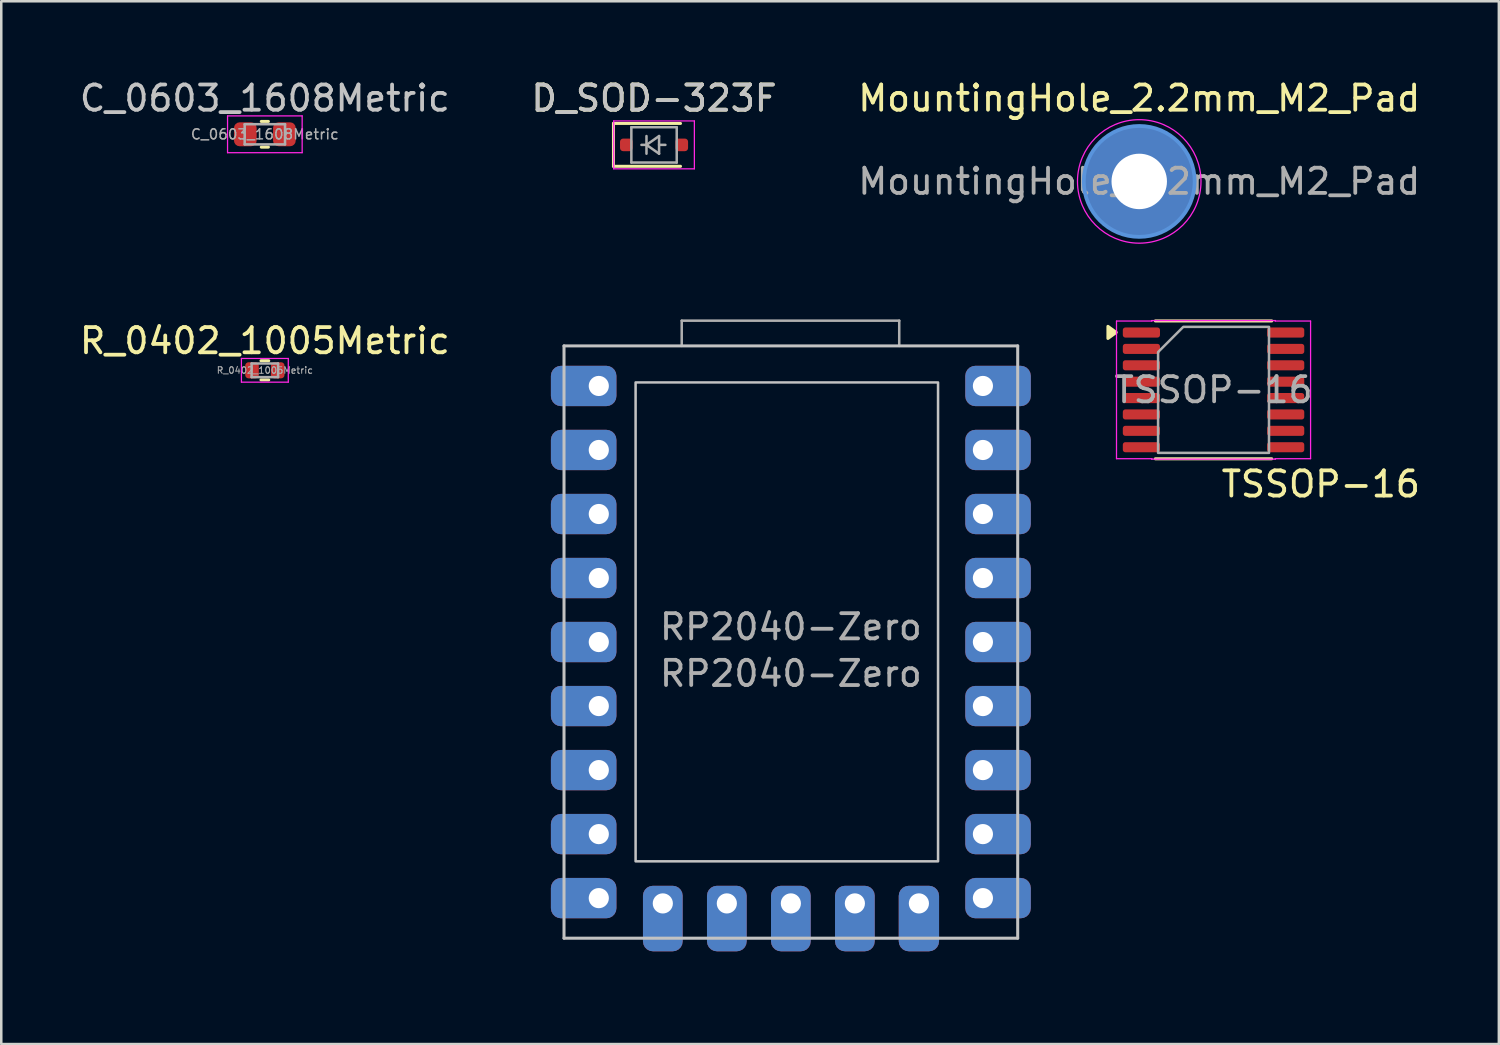
<source format=kicad_pcb>
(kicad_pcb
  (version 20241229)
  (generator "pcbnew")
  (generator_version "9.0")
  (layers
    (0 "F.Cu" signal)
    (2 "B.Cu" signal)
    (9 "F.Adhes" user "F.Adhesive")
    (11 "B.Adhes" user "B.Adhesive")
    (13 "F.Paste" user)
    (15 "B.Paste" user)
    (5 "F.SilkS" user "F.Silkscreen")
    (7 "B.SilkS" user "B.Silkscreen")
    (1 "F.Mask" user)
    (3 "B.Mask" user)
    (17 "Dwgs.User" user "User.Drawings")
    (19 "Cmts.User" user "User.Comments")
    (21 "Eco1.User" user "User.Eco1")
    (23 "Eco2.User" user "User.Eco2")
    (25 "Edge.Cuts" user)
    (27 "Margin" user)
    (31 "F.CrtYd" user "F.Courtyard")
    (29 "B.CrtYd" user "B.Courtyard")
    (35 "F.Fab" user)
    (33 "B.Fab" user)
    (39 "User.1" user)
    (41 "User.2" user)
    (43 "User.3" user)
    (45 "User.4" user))
  (footprint "MountingHole_2.2mm_M2_Pad"
    (layer "F.Cu")
    (at 42.149 4.148)
    (property "Reference" "MountingHole_2.2mm_M2_Pad" (at 0 -3.3 4.999998282e-08) (layer "F.SilkS") (effects (font (size 1 1) (thickness 0.15))))
    (attr exclude_from_pos_files exclude_from_bom)
    (fp_circle (center 0 0) (end 2.2 0) (stroke (width 0.15) (type solid)) (fill no) (layer "Cmts.User"))
    (fp_circle (center 0 0) (end 2.45 0) (stroke (width 0.05) (type solid)) (fill no) (layer "F.CrtYd"))
    (fp_text user "${REFERENCE}" (at 0 0 4.999998282e-08) (layer "F.Fab") (effects (font (size 1 1) (thickness 0.15))))
    (pad "1" thru_hole circle (at 0 0 4.999998282e-08) (size 4.4 4.4) (drill 2.2) (layers "*.Cu" "*.Mask")))
  (footprint "C_0603_1608Metric"
    (layer "F.Cu")
    (at 7.458 2.278)
    (property "Reference" "C_0603_1608Metric" (at 0.000001 -1.43 0) (layer "Dwgs.User") (effects (font (size 1 1) (thickness 0.15))))
    (attr smd)
    (fp_line (start -0.141 -0.51) (end 0.141 -0.51) (stroke (width 0.12) (type solid)) (layer "F.SilkS"))
    (fp_line (start -0.141 0.51) (end 0.141 0.51) (stroke (width 0.12) (type solid)) (layer "F.SilkS"))
    (fp_line (start -1.48 -0.73) (end 1.48 -0.73) (stroke (width 0.05) (type solid)) (layer "F.CrtYd"))
    (fp_line (start -1.48 0.73) (end -1.48 -0.73) (stroke (width 0.05) (type solid)) (layer "F.CrtYd"))
    (fp_line (start 1.48 -0.73) (end 1.48 0.73) (stroke (width 0.05) (type solid)) (layer "F.CrtYd"))
    (fp_line (start 1.48 0.73) (end -1.48 0.73) (stroke (width 0.05) (type solid)) (layer "F.CrtYd"))
    (fp_line (start -0.8 -0.4) (end 0.8 -0.4) (stroke (width 0.1) (type solid)) (layer "F.Fab"))
    (fp_line (start -0.8 0.4) (end -0.8 -0.4) (stroke (width 0.1) (type solid)) (layer "F.Fab"))
    (fp_line (start 0.8 -0.4) (end 0.8 0.4) (stroke (width 0.1) (type solid)) (layer "F.Fab"))
    (fp_line (start 0.8 0.4) (end -0.8 0.4) (stroke (width 0.1) (type solid)) (layer "F.Fab"))
    (fp_text user "${REFERENCE}" (at 0 0 0) (layer "F.Fab") (effects (font (size 0.4 0.4) (thickness 0.06))))
    (pad "1" smd roundrect (at -0.775 0) (size 0.9 0.95) (layers "F.Cu" "F.Mask" "F.Paste") (roundrect_rratio 0.25))
    (pad "2" smd roundrect (at 0.775 0) (size 0.9 0.95) (layers "F.Cu" "F.Mask" "F.Paste") (roundrect_rratio 0.25)))
  (footprint "TSSOP-16"
    (layer "F.Cu")
    (at 45.097 12.418)
    (property "Reference" "TSSOP-16" (at 4.255 3.738 180) (layer "F.SilkS") (effects (font (size 1 1) (thickness 0.15))))
    (attr smd)
    (fp_line (start -2.31 -2.735) (end 2.31 -2.735) (stroke (width 0.12) (type solid)) (layer "F.SilkS"))
    (fp_line (start 2.31 2.735) (end -2.31 2.735) (stroke (width 0.12) (type solid)) (layer "F.SilkS"))
    (fp_poly (pts (xy -3.86 -2.28) (xy -4.19 -2.04) (xy -4.19 -2.52)) (stroke (width 0.12) (type solid)) (fill yes) (layer "F.SilkS"))
    (fp_line (start -3.85 -2.73) (end -2.45 -2.73) (stroke (width 0.05) (type solid)) (layer "F.CrtYd"))
    (fp_line (start -3.85 2.73) (end -3.85 -2.73) (stroke (width 0.05) (type solid)) (layer "F.CrtYd"))
    (fp_line (start -2.45 -2.75) (end 2.45 -2.75) (stroke (width 0.05) (type solid)) (layer "F.CrtYd"))
    (fp_line (start -2.45 -2.73) (end -2.45 -2.75) (stroke (width 0.05) (type solid)) (layer "F.CrtYd"))
    (fp_line (start -2.45 2.73) (end -3.85 2.73) (stroke (width 0.05) (type solid)) (layer "F.CrtYd"))
    (fp_line (start -2.45 2.75) (end -2.45 2.73) (stroke (width 0.05) (type solid)) (layer "F.CrtYd"))
    (fp_line (start 2.45 -2.75) (end 2.45 -2.73) (stroke (width 0.05) (type solid)) (layer "F.CrtYd"))
    (fp_line (start 2.45 -2.73) (end 3.85 -2.73) (stroke (width 0.05) (type solid)) (layer "F.CrtYd"))
    (fp_line (start 2.45 2.73) (end 2.45 2.75) (stroke (width 0.05) (type solid)) (layer "F.CrtYd"))
    (fp_line (start 2.45 2.75) (end -2.45 2.75) (stroke (width 0.05) (type solid)) (layer "F.CrtYd"))
    (fp_line (start 3.85 -2.73) (end 3.85 2.73) (stroke (width 0.05) (type solid)) (layer "F.CrtYd"))
    (fp_line (start 3.85 2.73) (end 2.45 2.73) (stroke (width 0.05) (type solid)) (layer "F.CrtYd"))
    (fp_poly (pts (xy -2.2 -1.5) (xy -2.2 2.5) (xy 2.2 2.5) (xy 2.2 -2.5) (xy -1.2 -2.5)) (stroke (width 0.1) (type solid)) (fill no) (layer "F.Fab"))
    (fp_text user "${REFERENCE}" (at 0 0 180) (layer "F.Fab") (effects (font (size 1 1) (thickness 0.15))))
    (pad "1" smd roundrect (at -2.862 -2.275 180) (size 1.475 0.4) (layers "F.Cu" "F.Mask" "F.Paste") (roundrect_rratio 0.25))
    (pad "2" smd roundrect (at -2.862 -1.625 180) (size 1.475 0.4) (layers "F.Cu" "F.Mask" "F.Paste") (roundrect_rratio 0.25))
    (pad "3" smd roundrect (at -2.862 -0.975 180) (size 1.475 0.4) (layers "F.Cu" "F.Mask" "F.Paste") (roundrect_rratio 0.25))
    (pad "4" smd roundrect (at -2.862 -0.325 180) (size 1.475 0.4) (layers "F.Cu" "F.Mask" "F.Paste") (roundrect_rratio 0.25))
    (pad "5" smd roundrect (at -2.862 0.325 180) (size 1.475 0.4) (layers "F.Cu" "F.Mask" "F.Paste") (roundrect_rratio 0.25))
    (pad "6" smd roundrect (at -2.862 0.975 180) (size 1.475 0.4) (layers "F.Cu" "F.Mask" "F.Paste") (roundrect_rratio 0.25))
    (pad "7" smd roundrect (at -2.862 1.625 180) (size 1.475 0.4) (layers "F.Cu" "F.Mask" "F.Paste") (roundrect_rratio 0.25))
    (pad "8" smd roundrect (at -2.862 2.275 180) (size 1.475 0.4) (layers "F.Cu" "F.Mask" "F.Paste") (roundrect_rratio 0.25))
    (pad "9" smd roundrect (at 2.862 2.275 180) (size 1.475 0.4) (layers "F.Cu" "F.Mask" "F.Paste") (roundrect_rratio 0.25))
    (pad "10" smd roundrect (at 2.862 1.625 180) (size 1.475 0.4) (layers "F.Cu" "F.Mask" "F.Paste") (roundrect_rratio 0.25))
    (pad "11" smd roundrect (at 2.862 0.975 180) (size 1.475 0.4) (layers "F.Cu" "F.Mask" "F.Paste") (roundrect_rratio 0.25))
    (pad "12" smd roundrect (at 2.862 0.325 180) (size 1.475 0.4) (layers "F.Cu" "F.Mask" "F.Paste") (roundrect_rratio 0.25))
    (pad "13" smd roundrect (at 2.862 -0.325 180) (size 1.475 0.4) (layers "F.Cu" "F.Mask" "F.Paste") (roundrect_rratio 0.25))
    (pad "14" smd roundrect (at 2.862 -0.975 180) (size 1.475 0.4) (layers "F.Cu" "F.Mask" "F.Paste") (roundrect_rratio 0.25))
    (pad "15" smd roundrect (at 2.862 -1.625 180) (size 1.475 0.4) (layers "F.Cu" "F.Mask" "F.Paste") (roundrect_rratio 0.25))
    (pad "16" smd roundrect (at 2.862 -2.275 180) (size 1.475 0.4) (layers "F.Cu" "F.Mask" "F.Paste") (roundrect_rratio 0.25)))
  (footprint "D_SOD-323F"
    (layer "F.Cu")
    (at 22.899 2.698)
    (property "Reference" "D_SOD-323F" (at 0 -1.85 0) (layer "F.SilkS") (effects (font (size 1 1) (thickness 0.15))))
    (attr smd)
    (fp_line (start -1.61 -0.85) (end -1.61 0.85) (stroke (width 0.12) (type solid)) (layer "F.SilkS"))
    (fp_line (start -1.61 -0.85) (end 1.05 -0.85) (stroke (width 0.12) (type solid)) (layer "F.SilkS"))
    (fp_line (start -1.61 0.85) (end 1.05 0.85) (stroke (width 0.12) (type solid)) (layer "F.SilkS"))
    (fp_line (start -1.6 -0.95) (end -1.6 0.95) (stroke (width 0.05) (type solid)) (layer "F.CrtYd"))
    (fp_line (start -1.6 -0.95) (end 1.6 -0.95) (stroke (width 0.05) (type solid)) (layer "F.CrtYd"))
    (fp_line (start -1.6 0.95) (end 1.6 0.95) (stroke (width 0.05) (type solid)) (layer "F.CrtYd"))
    (fp_line (start 1.6 -0.95) (end 1.6 0.95) (stroke (width 0.05) (type solid)) (layer "F.CrtYd"))
    (fp_line (start -0.9 -0.7) (end 0.9 -0.7) (stroke (width 0.1) (type solid)) (layer "F.Fab"))
    (fp_line (start -0.9 0.7) (end -0.9 -0.7) (stroke (width 0.1) (type solid)) (layer "F.Fab"))
    (fp_line (start -0.3 -0.35) (end -0.3 0.35) (stroke (width 0.1) (type solid)) (layer "F.Fab"))
    (fp_line (start -0.3 0) (end -0.5 0) (stroke (width 0.1) (type solid)) (layer "F.Fab"))
    (fp_line (start -0.3 0) (end 0.2 -0.35) (stroke (width 0.1) (type solid)) (layer "F.Fab"))
    (fp_line (start 0.2 0) (end 0.45 0) (stroke (width 0.1) (type solid)) (layer "F.Fab"))
    (fp_line (start 0.2 -0.35) (end 0.2 0.35) (stroke (width 0.1) (type solid)) (layer "F.Fab"))
    (fp_line (start 0.2 0.35) (end -0.3 0) (stroke (width 0.1) (type solid)) (layer "F.Fab"))
    (fp_line (start 0.9 -0.7) (end 0.9 0.7) (stroke (width 0.1) (type solid)) (layer "F.Fab"))
    (fp_line (start 0.9 0.7) (end -0.9 0.7) (stroke (width 0.1) (type solid)) (layer "F.Fab"))
    (fp_text user "${REFERENCE}" (at 0 -1.85 0) (layer "Dwgs.User") (effects (font (size 1 1) (thickness 0.15))))
    (pad "1" smd roundrect (at -1.1 0) (size 0.5 0.5) (layers "F.Cu" "F.Mask" "F.Paste") (roundrect_rratio 0.25))
    (pad "2" smd roundrect (at 1.1 0) (size 0.5 0.5) (layers "F.Cu" "F.Mask" "F.Paste") (roundrect_rratio 0.25)))
  (footprint "R_0402_1005Metric"
    (layer "F.Cu")
    (at 7.458 11.642)
    (property "Reference" "R_0402_1005Metric" (at 0 -1.17 0) (layer "F.SilkS") (effects (font (size 1 1) (thickness 0.15))))
    (attr smd)
    (fp_line (start -0.154 -0.38) (end 0.154 -0.38) (stroke (width 0.12) (type solid)) (layer "F.SilkS"))
    (fp_line (start -0.154 0.38) (end 0.154 0.38) (stroke (width 0.12) (type solid)) (layer "F.SilkS"))
    (fp_line (start -0.93 -0.47) (end 0.93 -0.47) (stroke (width 0.05) (type solid)) (layer "F.CrtYd"))
    (fp_line (start -0.93 0.47) (end -0.93 -0.47) (stroke (width 0.05) (type solid)) (layer "F.CrtYd"))
    (fp_line (start 0.93 -0.47) (end 0.93 0.47) (stroke (width 0.05) (type solid)) (layer "F.CrtYd"))
    (fp_line (start 0.93 0.47) (end -0.93 0.47) (stroke (width 0.05) (type solid)) (layer "F.CrtYd"))
    (fp_line (start -0.525 -0.27) (end 0.525 -0.27) (stroke (width 0.1) (type solid)) (layer "F.Fab"))
    (fp_line (start -0.525 0.27) (end -0.525 -0.27) (stroke (width 0.1) (type solid)) (layer "F.Fab"))
    (fp_line (start 0.525 -0.27) (end 0.525 0.27) (stroke (width 0.1) (type solid)) (layer "F.Fab"))
    (fp_line (start 0.525 0.27) (end -0.525 0.27) (stroke (width 0.1) (type solid)) (layer "F.Fab"))
    (fp_text user "${REFERENCE}" (at 0 0 0) (layer "F.Fab") (effects (font (size 0.26 0.26) (thickness 0.04))))
    (pad "1" smd roundrect (at -0.51 0 180) (size 0.54 0.64) (layers "F.Cu" "F.Mask" "F.Paste") (roundrect_rratio 0.25))
    (pad "2" smd roundrect (at 0.51 0 180) (size 0.54 0.64) (layers "F.Cu" "F.Mask" "F.Paste") (roundrect_rratio 0.25)))
  (footprint "RP2040-Zero"
    (layer "F.Cu")
    (at 18.167 35.123)
    (property "Reference" "RP2040-Zero" (at 10.16 -13.3 0) (unlocked yes) (layer "F.Fab") (effects (font (size 1 1) (thickness 0.15))))
    (attr through_hole)
    (fp_line (start 1.16 -0.95) (end 1.16 -24.45) (stroke (width 0.05) (type solid)) (layer "Dwgs.User"))
    (fp_line (start 1.16 -0.95) (end 19.16 -0.95) (stroke (width 0.12) (type solid)) (layer "Dwgs.User"))
    (fp_line (start 1.16 -24.45) (end 1.16 -0.95) (stroke (width 0.12) (type solid)) (layer "Dwgs.User"))
    (fp_line (start 1.16 -24.45) (end 19.16 -24.45) (stroke (width 0.05) (type solid)) (layer "Dwgs.User"))
    (fp_line (start 19.16 -0.95) (end 1.16 -0.95) (stroke (width 0.05) (type solid)) (layer "Dwgs.User"))
    (fp_line (start 19.16 -0.95) (end 19.16 -24.45) (stroke (width 0.12) (type solid)) (layer "Dwgs.User"))
    (fp_line (start 19.16 -24.45) (end 1.16 -24.45) (stroke (width 0.12) (type solid)) (layer "Dwgs.User"))
    (fp_line (start 19.16 -24.45) (end 19.16 -0.95) (stroke (width 0.05) (type solid)) (layer "Dwgs.User"))
    (fp_poly (pts (xy 4 -23) (xy 16 -23) (xy 16 -4) (xy 4 -4)) (stroke (width 0.1) (type default)) (fill no) (layer "Dwgs.User"))
    (fp_line (start 5.83 -25.45) (end 5.83 -24.45) (stroke (width 0.1) (type solid)) (layer "F.Fab"))
    (fp_line (start 5.83 -25.45) (end 14.46 -25.45) (stroke (width 0.1) (type solid)) (layer "F.Fab"))
    (fp_line (start 14.46 -25.45) (end 14.46 -24.45) (stroke (width 0.1) (type solid)) (layer "F.Fab"))
    (fp_text user "${REFERENCE}" (at 10.16 -11.45 0) (unlocked yes) (layer "F.Fab") (effects (font (size 1 1) (thickness 0.15))))
    (pad "1" thru_hole roundrect (at 17.78 -22.86) (size 2.6 1.6) (drill 0.8 (offset 0.6 0)) (layers "*.Cu" "F.Mask" "F.Paste") (roundrect_rratio 0.25))
    (pad "2" thru_hole roundrect (at 17.78 -20.32) (size 2.6 1.6) (drill 0.8 (offset 0.6 0)) (layers "*.Cu" "F.Mask" "F.Paste") (roundrect_rratio 0.25))
    (pad "3" thru_hole roundrect (at 17.78 -17.78) (size 2.6 1.6) (drill 0.8 (offset 0.6 0)) (layers "*.Cu" "F.Mask" "F.Paste") (roundrect_rratio 0.25))
    (pad "4" thru_hole roundrect (at 17.78 -15.24) (size 2.6 1.6) (drill 0.8 (offset 0.6 0)) (layers "*.Cu" "F.Mask" "F.Paste") (roundrect_rratio 0.25))
    (pad "5" thru_hole roundrect (at 17.78 -12.7) (size 2.6 1.6) (drill 0.8 (offset 0.6 0)) (layers "*.Cu" "F.Mask" "F.Paste") (roundrect_rratio 0.25))
    (pad "6" thru_hole roundrect (at 17.78 -10.16) (size 2.6 1.6) (drill 0.8 (offset 0.6 0)) (layers "*.Cu" "F.Mask" "F.Paste") (roundrect_rratio 0.25))
    (pad "7" thru_hole roundrect (at 17.78 -7.62) (size 2.6 1.6) (drill 0.8 (offset 0.6 0)) (layers "*.Cu" "F.Mask" "F.Paste") (roundrect_rratio 0.25))
    (pad "8" thru_hole roundrect (at 17.78 -5.08) (size 2.6 1.6) (drill 0.8 (offset 0.6 0)) (layers "*.Cu" "F.Mask" "F.Paste") (roundrect_rratio 0.25))
    (pad "9" thru_hole roundrect (at 17.78 -2.54) (size 2.6 1.6) (drill 0.8 (offset 0.6 0)) (layers "*.Cu" "F.Mask" "F.Paste") (roundrect_rratio 0.25))
    (pad "10" thru_hole roundrect (at 15.24 -2.33) (size 1.6 2.6) (drill 0.8 (offset 0 0.6)) (layers "*.Cu" "F.Mask" "F.Paste") (roundrect_rratio 0.25))
    (pad "11" thru_hole roundrect (at 12.7 -2.33) (size 1.575 2.6) (drill 0.8 (offset 0 0.6)) (layers "*.Cu" "F.Mask" "F.Paste") (roundrect_rratio 0.25))
    (pad "12" thru_hole roundrect (at 10.16 -2.33) (size 1.575 2.6) (drill 0.8 (offset 0 0.6)) (layers "*.Cu" "F.Mask" "F.Paste") (roundrect_rratio 0.25))
    (pad "13" thru_hole roundrect (at 7.62 -2.33) (size 1.575 2.6) (drill 0.8 (offset 0 0.6)) (layers "*.Cu" "F.Mask" "F.Paste") (roundrect_rratio 0.25))
    (pad "14" thru_hole roundrect (at 5.08 -2.33) (size 1.575 2.6) (drill 0.8 (offset 0 0.6)) (layers "*.Cu" "F.Mask" "F.Paste") (roundrect_rratio 0.25))
    (pad "15" thru_hole roundrect (at 2.54 -2.54) (size 2.6 1.6) (drill 0.8 (offset -0.6 0)) (layers "*.Cu" "F.Mask" "F.Paste") (roundrect_rratio 0.25))
    (pad "16" thru_hole roundrect (at 2.54 -5.08) (size 2.6 1.6) (drill 0.8 (offset -0.6 0)) (layers "*.Cu" "F.Mask" "F.Paste") (roundrect_rratio 0.25))
    (pad "17" thru_hole roundrect (at 2.54 -7.62) (size 2.6 1.6) (drill 0.8 (offset -0.6 0)) (layers "*.Cu" "F.Mask" "F.Paste") (roundrect_rratio 0.25))
    (pad "18" thru_hole roundrect (at 2.54 -10.16) (size 2.6 1.6) (drill 0.8 (offset -0.6 0)) (layers "*.Cu" "F.Mask" "F.Paste") (roundrect_rratio 0.25))
    (pad "19" thru_hole roundrect (at 2.54 -12.7) (size 2.6 1.6) (drill 0.8 (offset -0.6 0)) (layers "*.Cu" "F.Mask" "F.Paste") (roundrect_rratio 0.25))
    (pad "20" thru_hole roundrect (at 2.54 -15.24) (size 2.6 1.6) (drill 0.8 (offset -0.6 0)) (layers "*.Cu" "F.Mask" "F.Paste") (roundrect_rratio 0.25))
    (pad "21" thru_hole roundrect (at 2.54 -17.78) (size 2.6 1.6) (drill 0.8 (offset -0.6 0)) (layers "*.Cu" "F.Mask" "F.Paste") (roundrect_rratio 0.25))
    (pad "22" thru_hole roundrect (at 2.54 -20.32) (size 2.6 1.6) (drill 0.8 (offset -0.6 0)) (layers "*.Cu" "F.Mask" "F.Paste") (roundrect_rratio 0.25))
    (pad "23" thru_hole roundrect (at 2.54 -22.86) (size 2.6 1.6) (drill 0.8 (offset -0.6 0)) (layers "*.Cu" "F.Mask" "F.Paste") (roundrect_rratio 0.25)))
  (gr_rect
    (start -3 -3)
    (end 56.417 38.373)
    (stroke (width 0.1) (type default))
    (fill no)
    (layer "Edge.Cuts")))
</source>
